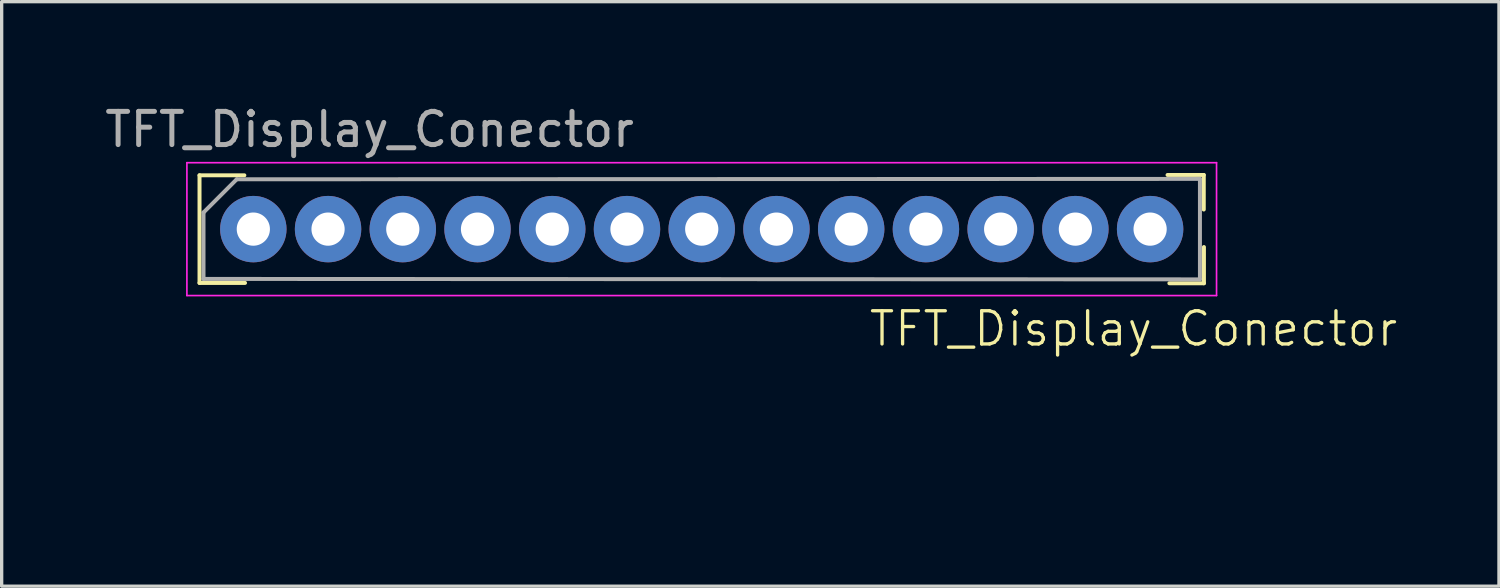
<source format=kicad_pcb>
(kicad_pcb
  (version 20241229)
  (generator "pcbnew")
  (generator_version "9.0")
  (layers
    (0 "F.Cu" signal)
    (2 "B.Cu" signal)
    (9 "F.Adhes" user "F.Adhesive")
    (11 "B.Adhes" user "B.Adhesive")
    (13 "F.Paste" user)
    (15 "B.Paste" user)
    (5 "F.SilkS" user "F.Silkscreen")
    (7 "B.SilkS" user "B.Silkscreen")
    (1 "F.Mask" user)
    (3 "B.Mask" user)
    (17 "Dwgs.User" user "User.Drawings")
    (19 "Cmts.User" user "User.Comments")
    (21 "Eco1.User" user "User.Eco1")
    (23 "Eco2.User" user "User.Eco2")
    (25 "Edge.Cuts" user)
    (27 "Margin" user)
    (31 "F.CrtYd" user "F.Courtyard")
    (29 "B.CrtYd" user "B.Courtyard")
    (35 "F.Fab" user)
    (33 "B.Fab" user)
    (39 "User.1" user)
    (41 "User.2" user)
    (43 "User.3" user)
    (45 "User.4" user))
  (footprint "TFT_Display_Conector"
    (layer "F.Cu")
    (at 8.577 11.348)
    (property "Reference" "TFT_Display_Conector" (at 22.5 -4.5 0) (unlocked yes) (layer "F.SilkS") (effects (font (size 1 1) (thickness 0.1))))
    (attr through_hole)
    (fp_line (start -5.62 -9.12) (end -5.62 -5.88) (stroke (width 0.12) (type solid)) (layer "F.SilkS"))
    (fp_line (start -4.27 -9.12) (end -5.62 -9.12) (stroke (width 0.12) (type solid)) (layer "F.SilkS"))
    (fp_line (start -4.25 -5.88) (end -5.62 -5.88) (stroke (width 0.12) (type solid)) (layer "F.SilkS"))
    (fp_line (start 23.525 -9.13) (end 24.615 -9.13) (stroke (width 0.12) (type solid)) (layer "F.SilkS"))
    (fp_line (start 24.615 -9.13) (end 24.615 -8.09) (stroke (width 0.12) (type solid)) (layer "F.SilkS"))
    (fp_line (start 24.62 -6.96) (end 24.62 -5.87) (stroke (width 0.12) (type solid)) (layer "F.SilkS"))
    (fp_line (start 24.62 -5.87) (end 23.58 -5.87) (stroke (width 0.12) (type solid)) (layer "F.SilkS"))
    (fp_line (start -6 -9.5) (end -6 -5.5) (stroke (width 0.05) (type solid)) (layer "F.CrtYd"))
    (fp_line (start 25 -9.5) (end -6 -9.5) (stroke (width 0.05) (type solid)) (layer "F.CrtYd"))
    (fp_line (start 25 -9.5) (end 25 -5.5) (stroke (width 0.05) (type solid)) (layer "F.CrtYd"))
    (fp_line (start 25 -5.5) (end -6 -5.5) (stroke (width 0.05) (type solid)) (layer "F.CrtYd"))
    (fp_line (start -5.5 -8) (end -4.5 -9) (stroke (width 0.12) (type solid)) (layer "F.Fab"))
    (fp_line (start -5.5 -6) (end -5.5 -8) (stroke (width 0.12) (type solid)) (layer "F.Fab"))
    (fp_line (start -4.5 -9) (end 24.5 -9.012) (stroke (width 0.12) (type solid)) (layer "F.Fab"))
    (fp_line (start 24.5 -9.012) (end 24.5 -5.987) (stroke (width 0.12) (type solid)) (layer "F.Fab"))
    (fp_line (start 24.5 -5.987) (end -5.5 -6) (stroke (width 0.12) (type solid)) (layer "F.Fab"))
    (fp_text user "${REFERENCE}" (at -0.5 -10.5 0) (unlocked yes) (layer "F.Fab") (effects (font (size 1 1) (thickness 0.15))))
    (pad "C1" thru_hole circle (at -4 -7.5) (size 2 2) (drill 1) (layers "*.Cu" "*.Mask"))
    (pad "C2" thru_hole circle (at -1.75 -7.5) (size 2 2) (drill 1) (layers "*.Cu" "*.Mask"))
    (pad "C3" thru_hole circle (at 0.5 -7.5) (size 2 2) (drill 1) (layers "*.Cu" "*.Mask"))
    (pad "C4" thru_hole circle (at 2.75 -7.5) (size 2 2) (drill 1) (layers "*.Cu" "*.Mask"))
    (pad "C5" thru_hole circle (at 5 -7.5) (size 2 2) (drill 1) (layers "*.Cu" "*.Mask"))
    (pad "C5" thru_hole circle (at 7.25 -7.5) (size 2 2) (drill 1) (layers "*.Cu" "*.Mask"))
    (pad "C6" thru_hole circle (at 9.5 -7.5) (size 2 2) (drill 1) (layers "*.Cu" "*.Mask"))
    (pad "C7" thru_hole circle (at 11.75 -7.5) (size 2 2) (drill 1) (layers "*.Cu" "*.Mask"))
    (pad "C8" thru_hole circle (at 14 -7.5) (size 2 2) (drill 1) (layers "*.Cu" "*.Mask"))
    (pad "C10" thru_hole circle (at 16.25 -7.5) (size 2 2) (drill 1) (layers "*.Cu" "*.Mask"))
    (pad "C11" thru_hole circle (at 18.5 -7.5) (size 2 2) (drill 1) (layers "*.Cu" "*.Mask"))
    (pad "C12" thru_hole circle (at 20.75 -7.5) (size 2 2) (drill 1) (layers "*.Cu" "*.Mask"))
    (pad "C13" thru_hole circle (at 23 -7.5) (size 2 2) (drill 1) (layers "*.Cu" "*.Mask")))
  (gr_rect
    (start -3 -3)
    (end 42.08 14.598)
    (stroke (width 0.1) (type default))
    (fill no)
    (layer "Edge.Cuts")))
</source>
